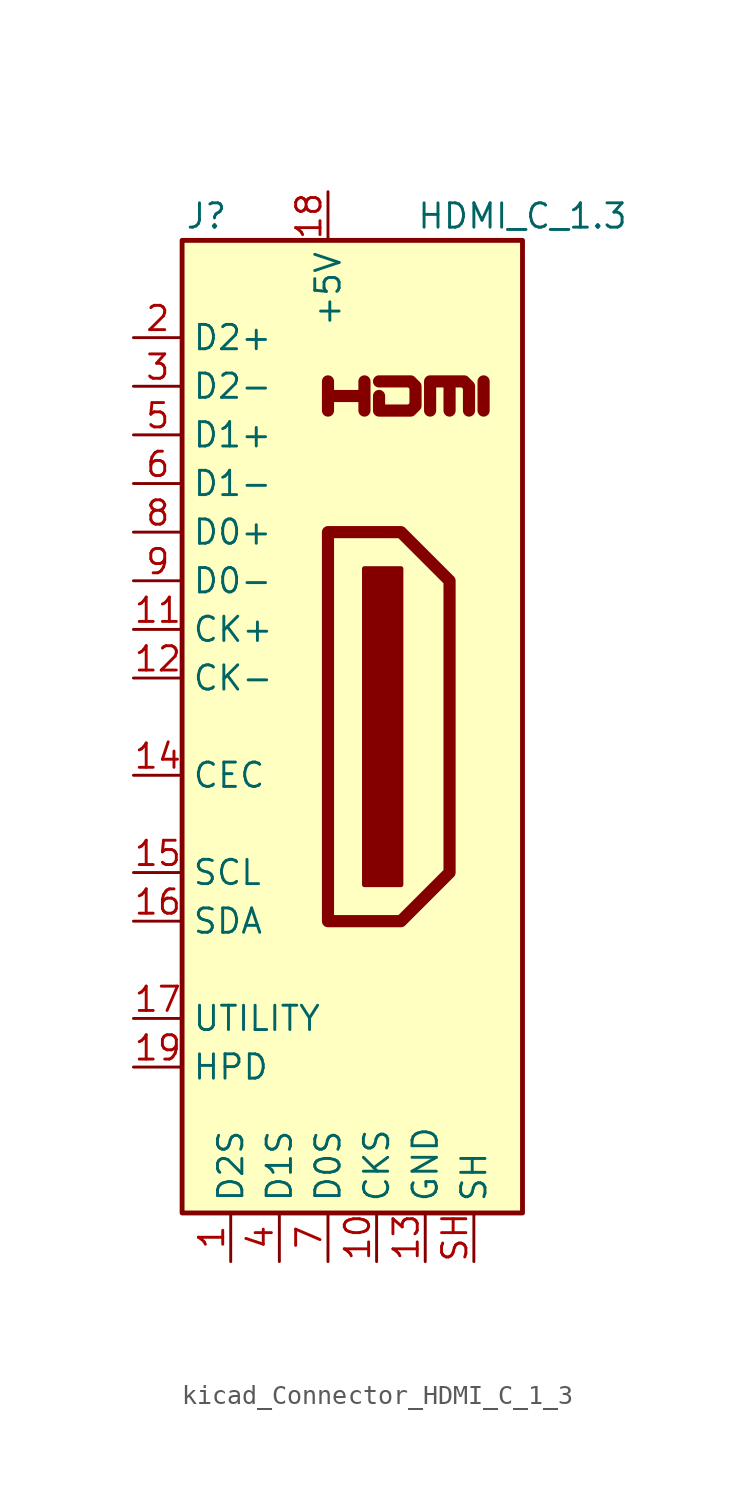
<source format=kicad_sym>
(kicad_symbol_lib
  (version 20220914)
  (generator kicad_symbol_editor)
  (symbol "kicad_Connector_HDMI_C_1_3"
    (property "Reference" "J"
      (at -6.35 26.67 0)
      (effects (font (size 1.27 1.27))))
    (property "Value" "HDMI_C_1.3"
      (at 10.16 26.67 0)
      (effects (font (size 1.27 1.27))))
    (symbol "kicad_Connector_HDMI_C_1_3_0_0"
      (polyline (pts (xy 8.128 16.51) (xy 8.128 18.034)) (stroke (width 0.635) (type default)) (fill (type none)))
      (polyline (pts (xy 0 16.51) (xy 0 18.034) (xy 0 17.272) (xy 1.905 17.272) (xy 1.905 18.034) (xy 1.905 16.51)) (stroke (width 0.635) (type default)) (fill (type none)))
      (polyline (pts (xy 2.667 18.034) (xy 4.318 18.034) (xy 4.572 17.78) (xy 4.572 16.764) (xy 4.318 16.51) (xy 2.667 16.51) (xy 2.667 17.272)) (stroke (width 0.635) (type default)) (fill (type none))))
    (symbol "kicad_Connector_HDMI_C_1_3_0_1"
      (rectangle (start -7.62 25.4) (end 10.16 -25.4) (stroke (width 0.254) (type default)) (fill (type background)))
      (polyline (pts (xy 0 10.16) (xy 3.81 10.16) (xy 6.35 7.62) (xy 6.35 -7.62) (xy 3.81 -10.16) (xy 0 -10.16) (xy 0 10.16)) (stroke (width 0.635) (type default)) (fill (type none)))
      (polyline (pts (xy 5.334 16.51) (xy 5.334 18.034) (xy 6.35 18.034) (xy 6.35 16.51) (xy 6.35 18.034) (xy 7.112 18.034) (xy 7.366 17.78) (xy 7.366 16.51)) (stroke (width 0.635) (type default)) (fill (type none)))
      (rectangle (start 1.905 8.255) (end 3.81 -8.255) (stroke (width 0.254) (type default)) (fill (type outline))))
    (symbol "kicad_Connector_HDMI_C_1_3_1_1"
      (pin power_in line (at -5.08 -27.94 90) (length 2.54) (name "D2S" (effects (font (size 1.27 1.27)))) (number "1" (effects (font (size 1.27 1.27)))))
      (pin power_in line (at 2.54 -27.94 90) (length 2.54) (name "CKS" (effects (font (size 1.27 1.27)))) (number "10" (effects (font (size 1.27 1.27)))))
      (pin passive line (at -10.16 5.08 0) (length 2.54) (name "CK+" (effects (font (size 1.27 1.27)))) (number "11" (effects (font (size 1.27 1.27)))))
      (pin passive line (at -10.16 2.54 0) (length 2.54) (name "CK-" (effects (font (size 1.27 1.27)))) (number "12" (effects (font (size 1.27 1.27)))))
      (pin power_in line (at 5.08 -27.94 90) (length 2.54) (name "GND" (effects (font (size 1.27 1.27)))) (number "13" (effects (font (size 1.27 1.27)))))
      (pin bidirectional line (at -10.16 -2.54 0) (length 2.54) (name "CEC" (effects (font (size 1.27 1.27)))) (number "14" (effects (font (size 1.27 1.27)))))
      (pin passive line (at -10.16 -7.62 0) (length 2.54) (name "SCL" (effects (font (size 1.27 1.27)))) (number "15" (effects (font (size 1.27 1.27)))))
      (pin bidirectional line (at -10.16 -10.16 0) (length 2.54) (name "SDA" (effects (font (size 1.27 1.27)))) (number "16" (effects (font (size 1.27 1.27)))))
      (pin passive line (at -10.16 -15.24 0) (length 2.54) (name "UTILITY" (effects (font (size 1.27 1.27)))) (number "17" (effects (font (size 1.27 1.27)))))
      (pin power_in line (at 0 27.94 270) (length 2.54) (name "+5V" (effects (font (size 1.27 1.27)))) (number "18" (effects (font (size 1.27 1.27)))))
      (pin passive line (at -10.16 -17.78 0) (length 2.54) (name "HPD" (effects (font (size 1.27 1.27)))) (number "19" (effects (font (size 1.27 1.27)))))
      (pin passive line (at -10.16 20.32 0) (length 2.54) (name "D2+" (effects (font (size 1.27 1.27)))) (number "2" (effects (font (size 1.27 1.27)))))
      (pin passive line (at -10.16 17.78 0) (length 2.54) (name "D2-" (effects (font (size 1.27 1.27)))) (number "3" (effects (font (size 1.27 1.27)))))
      (pin power_in line (at -2.54 -27.94 90) (length 2.54) (name "D1S" (effects (font (size 1.27 1.27)))) (number "4" (effects (font (size 1.27 1.27)))))
      (pin passive line (at -10.16 15.24 0) (length 2.54) (name "D1+" (effects (font (size 1.27 1.27)))) (number "5" (effects (font (size 1.27 1.27)))))
      (pin passive line (at -10.16 12.7 0) (length 2.54) (name "D1-" (effects (font (size 1.27 1.27)))) (number "6" (effects (font (size 1.27 1.27)))))
      (pin power_in line (at 0 -27.94 90) (length 2.54) (name "D0S" (effects (font (size 1.27 1.27)))) (number "7" (effects (font (size 1.27 1.27)))))
      (pin passive line (at -10.16 10.16 0) (length 2.54) (name "D0+" (effects (font (size 1.27 1.27)))) (number "8" (effects (font (size 1.27 1.27)))))
      (pin passive line (at -10.16 7.62 0) (length 2.54) (name "D0-" (effects (font (size 1.27 1.27)))) (number "9" (effects (font (size 1.27 1.27)))))
      (pin passive line (at 7.62 -27.94 90) (length 2.54) (name "SH" (effects (font (size 1.27 1.27)))) (number "SH" (effects (font (size 1.27 1.27))))))))
</source>
